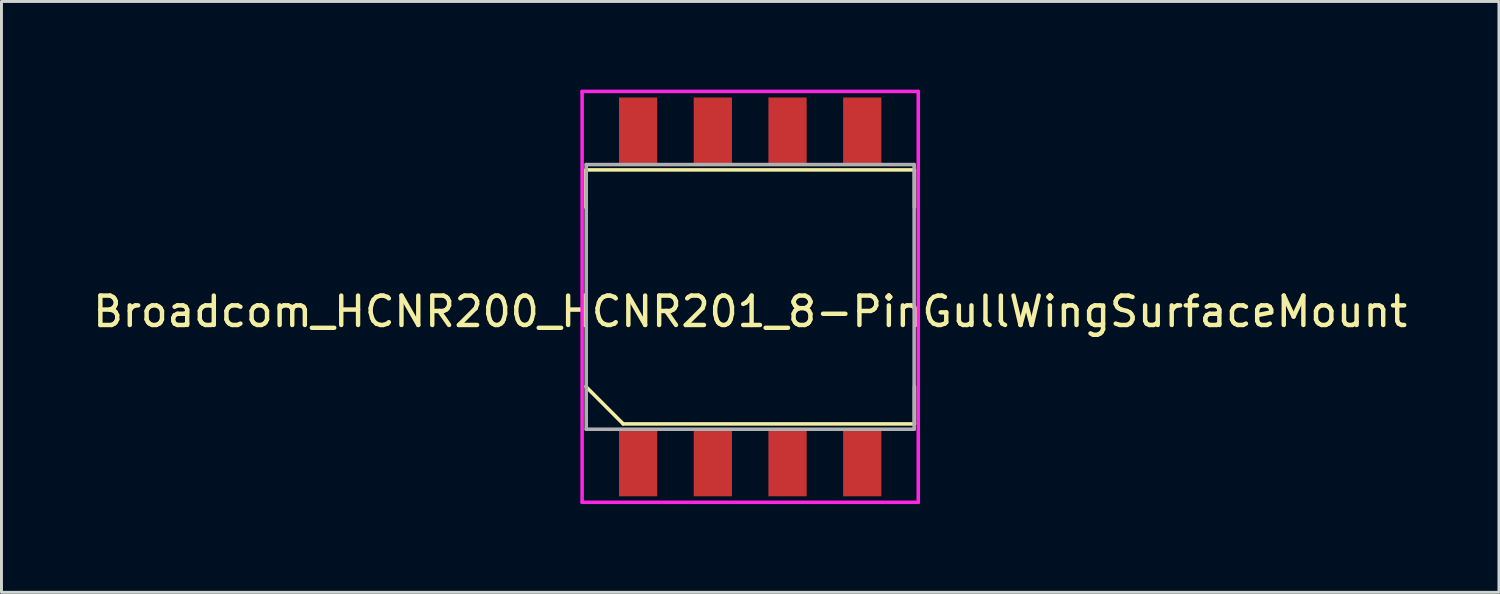
<source format=kicad_pcb>
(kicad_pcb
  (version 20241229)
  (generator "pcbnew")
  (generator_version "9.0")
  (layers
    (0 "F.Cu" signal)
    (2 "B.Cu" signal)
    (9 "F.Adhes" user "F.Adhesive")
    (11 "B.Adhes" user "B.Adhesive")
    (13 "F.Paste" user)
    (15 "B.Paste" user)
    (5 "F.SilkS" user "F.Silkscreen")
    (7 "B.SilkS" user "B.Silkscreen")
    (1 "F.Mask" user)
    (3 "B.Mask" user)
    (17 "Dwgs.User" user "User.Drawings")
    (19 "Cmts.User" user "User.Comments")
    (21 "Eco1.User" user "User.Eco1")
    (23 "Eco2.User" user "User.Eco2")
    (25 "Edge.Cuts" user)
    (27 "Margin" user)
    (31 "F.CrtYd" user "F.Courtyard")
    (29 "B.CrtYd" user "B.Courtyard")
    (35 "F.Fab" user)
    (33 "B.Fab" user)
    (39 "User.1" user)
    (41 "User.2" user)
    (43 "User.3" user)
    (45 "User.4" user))
  (footprint "Broadcom_HCNR200_HCNR201_8-PinGullWingSurfaceMount"
    (layer "F.Cu")
    (at 22.458 7.045)
    (property "Reference" "Broadcom_HCNR200_HCNR201_8-PinGullWingSurfaceMount" (at 0 0.5 0) (layer "F.SilkS") (effects (font (size 1 1) (thickness 0.15))))
    (attr through_hole)
    (fp_line (start -5.588 -4.318) (end -5.588 -3.048) (stroke (width 0.12) (type solid)) (layer "F.SilkS"))
    (fp_line (start -5.588 -4.318) (end 5.588 -4.318) (stroke (width 0.12) (type solid)) (layer "F.SilkS"))
    (fp_line (start -5.588 3.048) (end -4.318 4.318) (stroke (width 0.12) (type solid)) (layer "F.SilkS"))
    (fp_line (start -4.318 4.318) (end 5.588 4.318) (stroke (width 0.12) (type solid)) (layer "F.SilkS"))
    (fp_line (start 5.588 -4.318) (end 5.588 -3.048) (stroke (width 0.12) (type solid)) (layer "F.SilkS"))
    (fp_line (start 5.588 4.318) (end 5.588 3.048) (stroke (width 0.12) (type solid)) (layer "F.SilkS"))
    (fp_line (start -5.715 -6.985) (end 5.715 -6.985) (stroke (width 0.12) (type solid)) (layer "F.CrtYd"))
    (fp_line (start -5.715 6.985) (end -5.715 -6.985) (stroke (width 0.12) (type solid)) (layer "F.CrtYd"))
    (fp_line (start 5.715 -6.985) (end 5.715 6.985) (stroke (width 0.12) (type solid)) (layer "F.CrtYd"))
    (fp_line (start 5.715 6.985) (end -5.715 6.985) (stroke (width 0.12) (type solid)) (layer "F.CrtYd"))
    (fp_line (start -5.575 -4.5) (end 5.575 -4.5) (stroke (width 0.12) (type solid)) (layer "F.Fab"))
    (fp_line (start -5.575 4.5) (end -5.575 -4.5) (stroke (width 0.12) (type solid)) (layer "F.Fab"))
    (fp_line (start 5.575 -4.5) (end 5.575 4.5) (stroke (width 0.12) (type solid)) (layer "F.Fab"))
    (fp_line (start 5.575 4.5) (end -5.575 4.5) (stroke (width 0.12) (type solid)) (layer "F.Fab"))
    (pad "1" smd rect (at -3.81 5.635) (size 1.3 2.29) (layers "F.Cu" "F.Mask" "F.Paste"))
    (pad "2" smd rect (at -1.27 5.635) (size 1.3 2.29) (layers "F.Cu" "F.Mask" "F.Paste"))
    (pad "3" smd rect (at 1.27 5.635) (size 1.3 2.29) (layers "F.Cu" "F.Mask" "F.Paste"))
    (pad "4" smd rect (at 3.81 5.635) (size 1.3 2.29) (layers "F.Cu" "F.Mask" "F.Paste"))
    (pad "5" smd rect (at 3.81 -5.635) (size 1.3 2.29) (layers "F.Cu" "F.Mask" "F.Paste"))
    (pad "6" smd rect (at 1.27 -5.635) (size 1.3 2.29) (layers "F.Cu" "F.Mask" "F.Paste"))
    (pad "7" smd rect (at -1.27 -5.635) (size 1.3 2.29) (layers "F.Cu" "F.Mask" "F.Paste"))
    (pad "8" smd rect (at -3.81 -5.635) (size 1.3 2.29) (layers "F.Cu" "F.Mask" "F.Paste")))
  (gr_rect
    (start -3 -3)
    (end 47.917 17.09)
    (stroke (width 0.1) (type default))
    (fill no)
    (layer "Edge.Cuts")))
</source>
